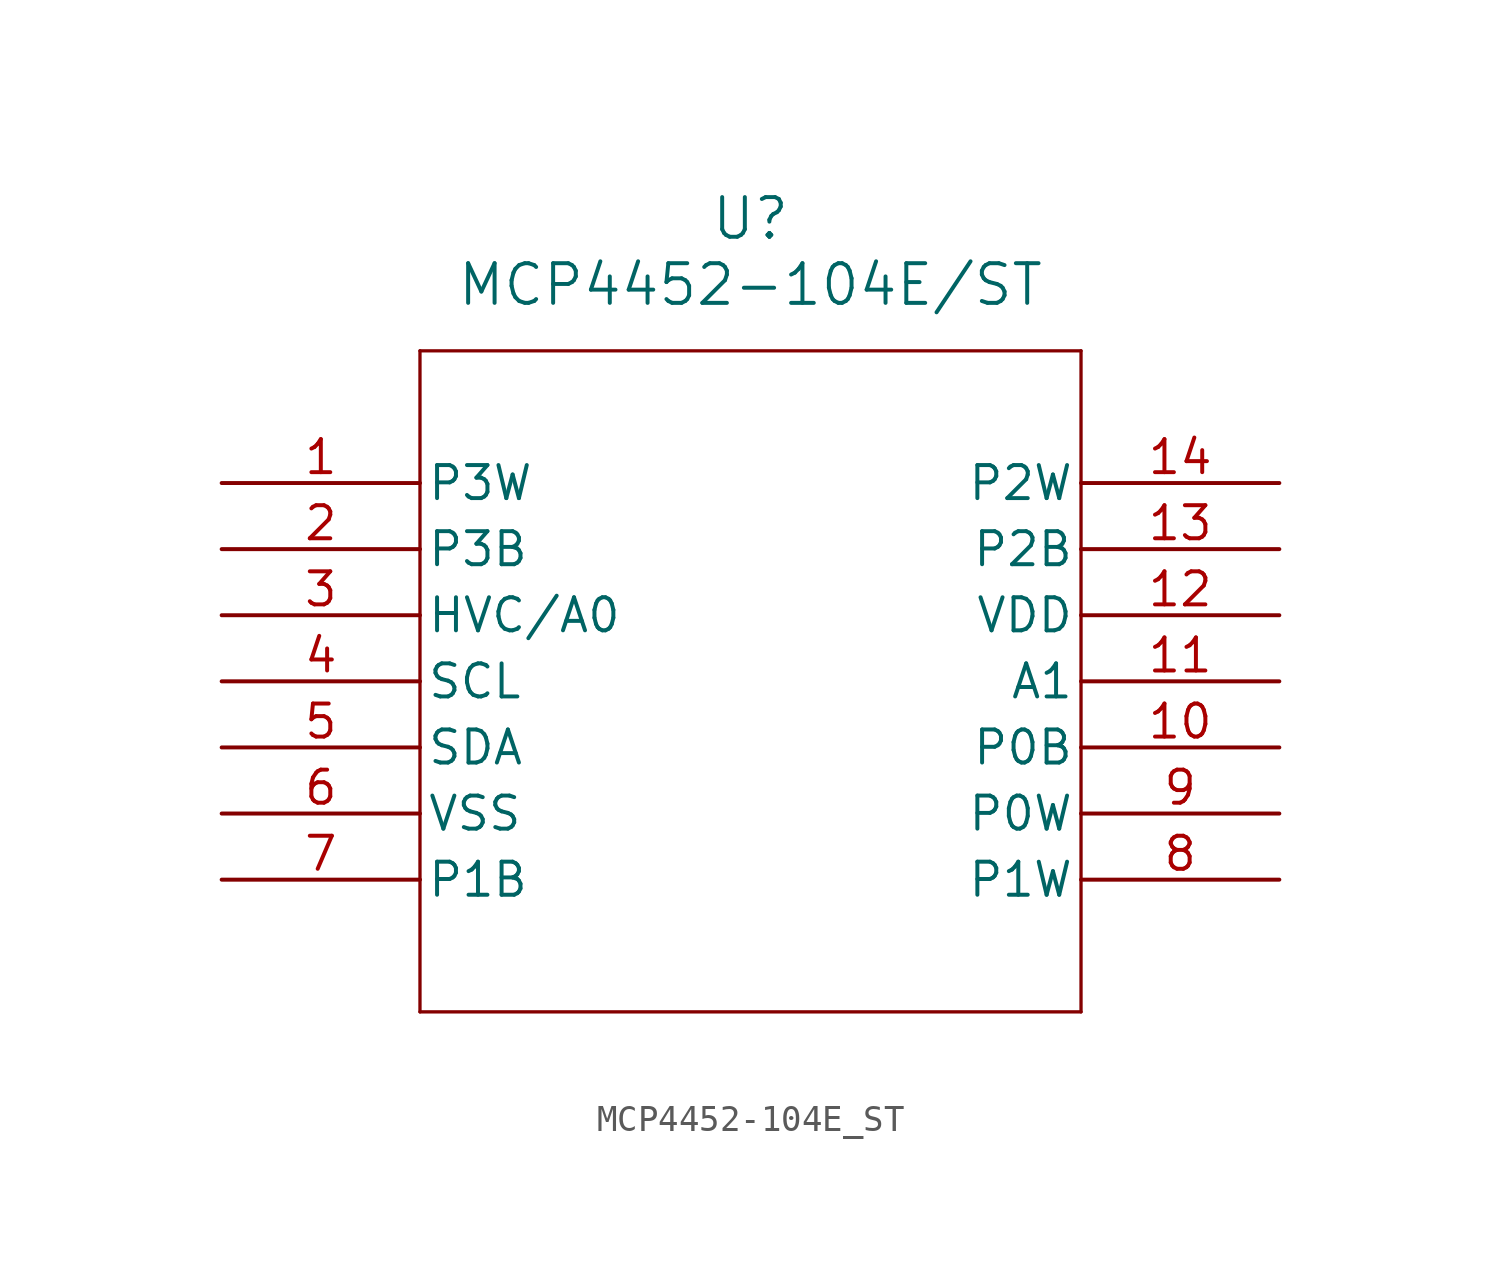
<source format=kicad_sym>
(kicad_symbol_lib
  (version 20211014)
  (generator kicad_symbol_editor)
  (symbol "MCP4452-104E_ST"
    (pin_names
      (offset 0.254))
    (property "Reference" "U"
      (at 20.32 10.16 0)
      (effects (font (size 1.524 1.524))))
    (property "Value" "MCP4452-104E/ST"
      (at 20.32 7.62 0)
      (effects (font (size 1.524 1.524))))
    (symbol "MCP4452-104E_ST_0_1"
      (polyline (pts (xy 7.62 5.08) (xy 7.62 -20.32)) (stroke (width 0.127) (type default) (color 0 0 0 0)) (fill (type none)))
      (polyline (pts (xy 7.62 -20.32) (xy 33.02 -20.32)) (stroke (width 0.127) (type default) (color 0 0 0 0)) (fill (type none)))
      (polyline (pts (xy 33.02 -20.32) (xy 33.02 5.08)) (stroke (width 0.127) (type default) (color 0 0 0 0)) (fill (type none)))
      (polyline (pts (xy 33.02 5.08) (xy 7.62 5.08)) (stroke (width 0.127) (type default) (color 0 0 0 0)) (fill (type none)))
      (pin unspecified line (at 0 0 0) (length 7.62) (name "P3W" (effects (font (size 1.27 1.27)))) (number "1" (effects (font (size 1.27 1.27)))))
      (pin unspecified line (at 0 -2.54 0) (length 7.62) (name "P3B" (effects (font (size 1.27 1.27)))) (number "2" (effects (font (size 1.27 1.27)))))
      (pin input line (at 0 -5.08 0) (length 7.62) (name "HVC/A0" (effects (font (size 1.27 1.27)))) (number "3" (effects (font (size 1.27 1.27)))))
      (pin input line (at 0 -7.62 0) (length 7.62) (name "SCL" (effects (font (size 1.27 1.27)))) (number "4" (effects (font (size 1.27 1.27)))))
      (pin input line (at 0 -10.16 0) (length 7.62) (name "SDA" (effects (font (size 1.27 1.27)))) (number "5" (effects (font (size 1.27 1.27)))))
      (pin power_in line (at 0 -12.7 0) (length 7.62) (name "VSS" (effects (font (size 1.27 1.27)))) (number "6" (effects (font (size 1.27 1.27)))))
      (pin unspecified line (at 0 -15.24 0) (length 7.62) (name "P1B" (effects (font (size 1.27 1.27)))) (number "7" (effects (font (size 1.27 1.27)))))
      (pin unspecified line (at 40.64 -15.24 180) (length 7.62) (name "P1W" (effects (font (size 1.27 1.27)))) (number "8" (effects (font (size 1.27 1.27)))))
      (pin unspecified line (at 40.64 -12.7 180) (length 7.62) (name "P0W" (effects (font (size 1.27 1.27)))) (number "9" (effects (font (size 1.27 1.27)))))
      (pin unspecified line (at 40.64 -10.16 180) (length 7.62) (name "P0B" (effects (font (size 1.27 1.27)))) (number "10" (effects (font (size 1.27 1.27)))))
      (pin input line (at 40.64 -7.62 180) (length 7.62) (name "A1" (effects (font (size 1.27 1.27)))) (number "11" (effects (font (size 1.27 1.27)))))
      (pin power_in line (at 40.64 -5.08 180) (length 7.62) (name "VDD" (effects (font (size 1.27 1.27)))) (number "12" (effects (font (size 1.27 1.27)))))
      (pin unspecified line (at 40.64 -2.54 180) (length 7.62) (name "P2B" (effects (font (size 1.27 1.27)))) (number "13" (effects (font (size 1.27 1.27)))))
      (pin unspecified line (at 40.64 0 180) (length 7.62) (name "P2W" (effects (font (size 1.27 1.27)))) (number "14" (effects (font (size 1.27 1.27))))))))
</source>
